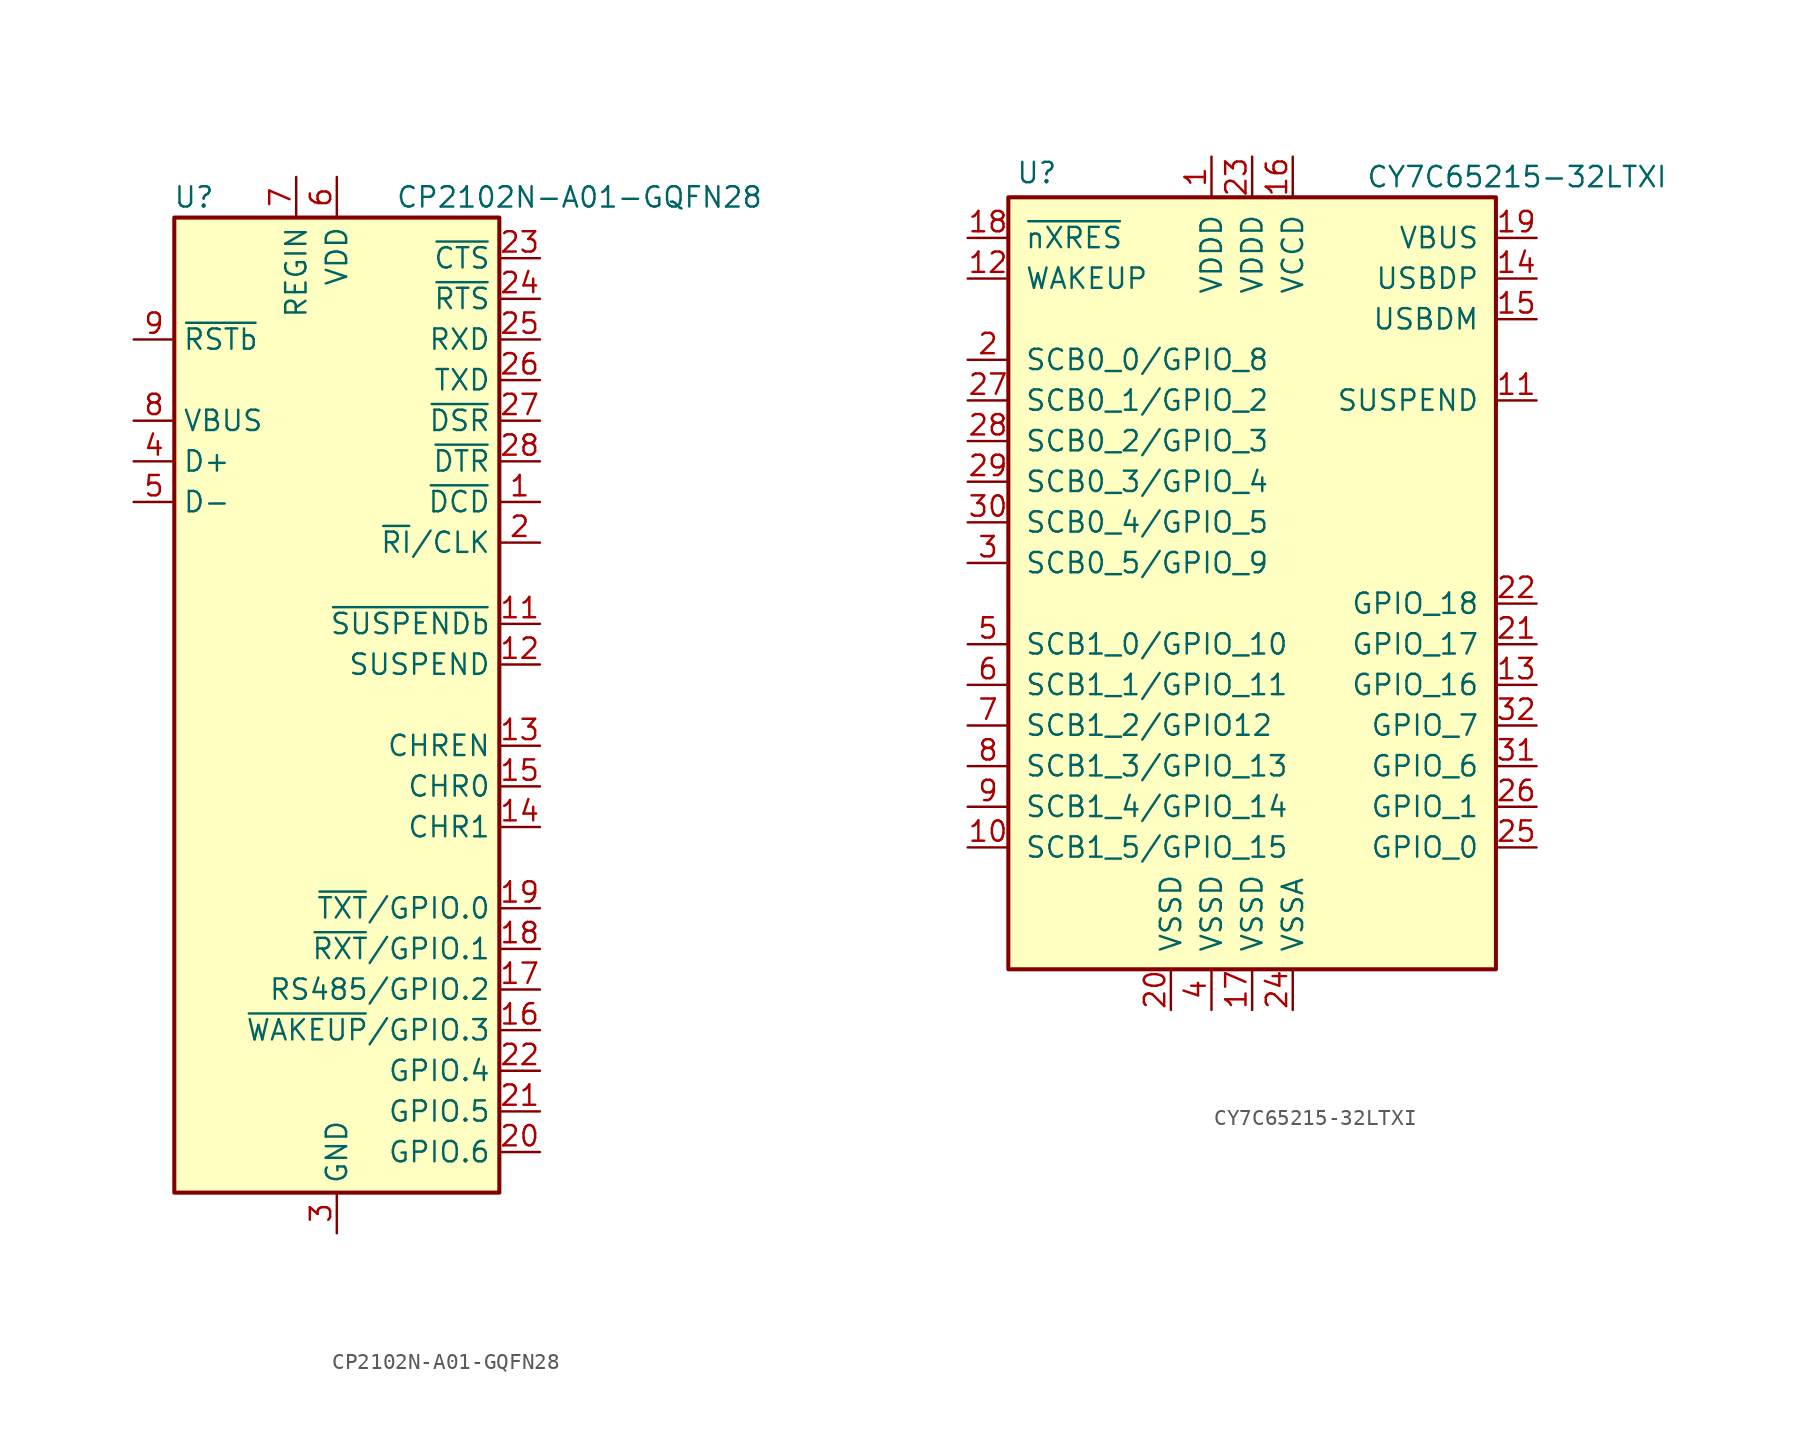
<source format=kicad_sym>
(kicad_symbol_lib
  (version 20211014)
  (generator kicad_symbol_editor)
  (symbol "CP2102N-A01-GQFN28"
    (property "Reference" "U"
      (at -7.62 31.75 0)
      (effects (font (size 1.27 1.27)) (justify right)))
    (property "Value" "CP2102N-A01-GQFN28"
      (at 26.67 31.75 0)
      (effects (font (size 1.27 1.27)) (justify right)))
    (symbol "CP2102N-A01-GQFN28_0_1"
      (rectangle (start -10.16 30.48) (end 10.16 -30.48) (stroke (width 0.254) (type default) (color 0 0 0 0)) (fill (type background))))
    (symbol "CP2102N-A01-GQFN28_1_1"
      (pin input line (at 12.7 12.7 180) (length 2.54) (name "~{DCD}" (effects (font (size 1.27 1.27)))) (number "1" (effects (font (size 1.27 1.27)))))
      (pin no_connect line (at -10.16 -10.16 0) (length 2.54) hide (name "NC" (effects (font (size 1.27 1.27)))) (number "10" (effects (font (size 1.27 1.27)))))
      (pin output line (at 12.7 5.08 180) (length 2.54) (name "~{SUSPENDb}" (effects (font (size 1.27 1.27)))) (number "11" (effects (font (size 1.27 1.27)))))
      (pin output line (at 12.7 2.54 180) (length 2.54) (name "SUSPEND" (effects (font (size 1.27 1.27)))) (number "12" (effects (font (size 1.27 1.27)))))
      (pin output line (at 12.7 -2.54 180) (length 2.54) (name "CHREN" (effects (font (size 1.27 1.27)))) (number "13" (effects (font (size 1.27 1.27)))))
      (pin output line (at 12.7 -7.62 180) (length 2.54) (name "CHR1" (effects (font (size 1.27 1.27)))) (number "14" (effects (font (size 1.27 1.27)))))
      (pin output line (at 12.7 -5.08 180) (length 2.54) (name "CHR0" (effects (font (size 1.27 1.27)))) (number "15" (effects (font (size 1.27 1.27)))))
      (pin bidirectional line (at 12.7 -20.32 180) (length 2.54) (name "~{WAKEUP}/GPIO.3" (effects (font (size 1.27 1.27)))) (number "16" (effects (font (size 1.27 1.27)))))
      (pin bidirectional line (at 12.7 -17.78 180) (length 2.54) (name "RS485/GPIO.2" (effects (font (size 1.27 1.27)))) (number "17" (effects (font (size 1.27 1.27)))))
      (pin bidirectional line (at 12.7 -15.24 180) (length 2.54) (name "~{RXT}/GPIO.1" (effects (font (size 1.27 1.27)))) (number "18" (effects (font (size 1.27 1.27)))))
      (pin bidirectional line (at 12.7 -12.7 180) (length 2.54) (name "~{TXT}/GPIO.0" (effects (font (size 1.27 1.27)))) (number "19" (effects (font (size 1.27 1.27)))))
      (pin bidirectional line (at 12.7 10.16 180) (length 2.54) (name "~{RI}/CLK" (effects (font (size 1.27 1.27)))) (number "2" (effects (font (size 1.27 1.27)))))
      (pin bidirectional line (at 12.7 -27.94 180) (length 2.54) (name "GPIO.6" (effects (font (size 1.27 1.27)))) (number "20" (effects (font (size 1.27 1.27)))))
      (pin bidirectional line (at 12.7 -25.4 180) (length 2.54) (name "GPIO.5" (effects (font (size 1.27 1.27)))) (number "21" (effects (font (size 1.27 1.27)))))
      (pin bidirectional line (at 12.7 -22.86 180) (length 2.54) (name "GPIO.4" (effects (font (size 1.27 1.27)))) (number "22" (effects (font (size 1.27 1.27)))))
      (pin input line (at 12.7 27.94 180) (length 2.54) (name "~{CTS}" (effects (font (size 1.27 1.27)))) (number "23" (effects (font (size 1.27 1.27)))))
      (pin output line (at 12.7 25.4 180) (length 2.54) (name "~{RTS}" (effects (font (size 1.27 1.27)))) (number "24" (effects (font (size 1.27 1.27)))))
      (pin input line (at 12.7 22.86 180) (length 2.54) (name "RXD" (effects (font (size 1.27 1.27)))) (number "25" (effects (font (size 1.27 1.27)))))
      (pin output line (at 12.7 20.32 180) (length 2.54) (name "TXD" (effects (font (size 1.27 1.27)))) (number "26" (effects (font (size 1.27 1.27)))))
      (pin input line (at 12.7 17.78 180) (length 2.54) (name "~{DSR}" (effects (font (size 1.27 1.27)))) (number "27" (effects (font (size 1.27 1.27)))))
      (pin output line (at 12.7 15.24 180) (length 2.54) (name "~{DTR}" (effects (font (size 1.27 1.27)))) (number "28" (effects (font (size 1.27 1.27)))))
      (pin passive line (at 0 -33.02 90) (length 2.54) hide (name "GND" (effects (font (size 1.27 1.27)))) (number "29" (effects (font (size 1.27 1.27)))))
      (pin power_in line (at 0 -33.02 90) (length 2.54) (name "GND" (effects (font (size 1.27 1.27)))) (number "3" (effects (font (size 1.27 1.27)))))
      (pin bidirectional line (at -12.7 15.24 0) (length 2.54) (name "D+" (effects (font (size 1.27 1.27)))) (number "4" (effects (font (size 1.27 1.27)))))
      (pin bidirectional line (at -12.7 12.7 0) (length 2.54) (name "D-" (effects (font (size 1.27 1.27)))) (number "5" (effects (font (size 1.27 1.27)))))
      (pin passive line (at 0 33.02 270) (length 2.54) (name "VDD" (effects (font (size 1.27 1.27)))) (number "6" (effects (font (size 1.27 1.27)))))
      (pin power_in line (at -2.54 33.02 270) (length 2.54) (name "REGIN" (effects (font (size 1.27 1.27)))) (number "7" (effects (font (size 1.27 1.27)))))
      (pin input line (at -12.7 17.78 0) (length 2.54) (name "VBUS" (effects (font (size 1.27 1.27)))) (number "8" (effects (font (size 1.27 1.27)))))
      (pin input line (at -12.7 22.86 0) (length 2.54) (name "~{RSTb}" (effects (font (size 1.27 1.27)))) (number "9" (effects (font (size 1.27 1.27)))))))
  (symbol "CY7C65215-32LTXI"
    (pin_names
      (offset 1.016))
    (property "Reference" "U"
      (at -13.462 21.844 0)
      (effects (font (size 1.27 1.27))))
    (property "Value" "CY7C65215-32LTXI"
      (at 7.112 21.59 0)
      (effects (font (size 1.27 1.27)) (justify left)))
    (symbol "CY7C65215-32LTXI_0_1"
      (rectangle (start -15.24 20.32) (end 15.24 -27.94) (stroke (width 0.254) (type default) (color 0 0 0 0)) (fill (type background))))
    (symbol "CY7C65215-32LTXI_1_1"
      (pin power_in line (at -2.54 22.86 270) (length 2.54) (name "VDDD" (effects (font (size 1.27 1.27)))) (number "1" (effects (font (size 1.27 1.27)))))
      (pin bidirectional line (at -17.78 -20.32 0) (length 2.54) (name "SCB1_5/GPIO_15" (effects (font (size 1.27 1.27)))) (number "10" (effects (font (size 1.27 1.27)))))
      (pin output line (at 17.78 7.62 180) (length 2.54) (name "SUSPEND" (effects (font (size 1.27 1.27)))) (number "11" (effects (font (size 1.27 1.27)))))
      (pin input line (at -17.78 15.24 0) (length 2.54) (name "WAKEUP" (effects (font (size 1.27 1.27)))) (number "12" (effects (font (size 1.27 1.27)))))
      (pin tri_state line (at 17.78 -10.16 180) (length 2.54) (name "GPIO_16" (effects (font (size 1.27 1.27)))) (number "13" (effects (font (size 1.27 1.27)))))
      (pin bidirectional line (at 17.78 15.24 180) (length 2.54) (name "USBDP" (effects (font (size 1.27 1.27)))) (number "14" (effects (font (size 1.27 1.27)))))
      (pin bidirectional line (at 17.78 12.7 180) (length 2.54) (name "USBDM" (effects (font (size 1.27 1.27)))) (number "15" (effects (font (size 1.27 1.27)))))
      (pin power_in line (at 2.54 22.86 270) (length 2.54) (name "VCCD" (effects (font (size 1.27 1.27)))) (number "16" (effects (font (size 1.27 1.27)))))
      (pin power_in line (at 0 -30.48 90) (length 2.54) (name "VSSD" (effects (font (size 1.27 1.27)))) (number "17" (effects (font (size 1.27 1.27)))))
      (pin input line (at -17.78 17.78 0) (length 2.54) (name "~{nXRES}" (effects (font (size 1.27 1.27)))) (number "18" (effects (font (size 1.27 1.27)))))
      (pin power_out line (at 17.78 17.78 180) (length 2.54) (name "VBUS" (effects (font (size 1.27 1.27)))) (number "19" (effects (font (size 1.27 1.27)))))
      (pin bidirectional line (at -17.78 10.16 0) (length 2.54) (name "SCB0_0/GPIO_8" (effects (font (size 1.27 1.27)))) (number "2" (effects (font (size 1.27 1.27)))))
      (pin power_in line (at -5.08 -30.48 90) (length 2.54) (name "VSSD" (effects (font (size 1.27 1.27)))) (number "20" (effects (font (size 1.27 1.27)))))
      (pin tri_state line (at 17.78 -7.62 180) (length 2.54) (name "GPIO_17" (effects (font (size 1.27 1.27)))) (number "21" (effects (font (size 1.27 1.27)))))
      (pin tri_state line (at 17.78 -5.08 180) (length 2.54) (name "GPIO_18" (effects (font (size 1.27 1.27)))) (number "22" (effects (font (size 1.27 1.27)))))
      (pin power_in line (at 0 22.86 270) (length 2.54) (name "VDDD" (effects (font (size 1.27 1.27)))) (number "23" (effects (font (size 1.27 1.27)))))
      (pin power_in line (at 2.54 -30.48 90) (length 2.54) (name "VSSA" (effects (font (size 1.27 1.27)))) (number "24" (effects (font (size 1.27 1.27)))))
      (pin bidirectional line (at 17.78 -20.32 180) (length 2.54) (name "GPIO_0" (effects (font (size 1.27 1.27)))) (number "25" (effects (font (size 1.27 1.27)))))
      (pin bidirectional line (at 17.78 -17.78 180) (length 2.54) (name "GPIO_1" (effects (font (size 1.27 1.27)))) (number "26" (effects (font (size 1.27 1.27)))))
      (pin bidirectional line (at -17.78 7.62 0) (length 2.54) (name "SCB0_1/GPIO_2" (effects (font (size 1.27 1.27)))) (number "27" (effects (font (size 1.27 1.27)))))
      (pin bidirectional line (at -17.78 5.08 0) (length 2.54) (name "SCB0_2/GPIO_3" (effects (font (size 1.27 1.27)))) (number "28" (effects (font (size 1.27 1.27)))))
      (pin bidirectional line (at -17.78 2.54 0) (length 2.54) (name "SCB0_3/GPIO_4" (effects (font (size 1.27 1.27)))) (number "29" (effects (font (size 1.27 1.27)))))
      (pin bidirectional line (at -17.78 -2.54 0) (length 2.54) (name "SCB0_5/GPIO_9" (effects (font (size 1.27 1.27)))) (number "3" (effects (font (size 1.27 1.27)))))
      (pin bidirectional line (at -17.78 0 0) (length 2.54) (name "SCB0_4/GPIO_5" (effects (font (size 1.27 1.27)))) (number "30" (effects (font (size 1.27 1.27)))))
      (pin bidirectional line (at 17.78 -15.24 180) (length 2.54) (name "GPIO_6" (effects (font (size 1.27 1.27)))) (number "31" (effects (font (size 1.27 1.27)))))
      (pin bidirectional line (at 17.78 -12.7 180) (length 2.54) (name "GPIO_7" (effects (font (size 1.27 1.27)))) (number "32" (effects (font (size 1.27 1.27)))))
      (pin no_connect line (at -15.24 -25.4 0) (length 2.54) hide (name "1EP" (effects (font (size 1.27 1.27)))) (number "33" (effects (font (size 1.27 1.27)))))
      (pin power_in line (at -2.54 -30.48 90) (length 2.54) (name "VSSD" (effects (font (size 1.27 1.27)))) (number "4" (effects (font (size 1.27 1.27)))))
      (pin bidirectional line (at -17.78 -7.62 0) (length 2.54) (name "SCB1_0/GPIO_10" (effects (font (size 1.27 1.27)))) (number "5" (effects (font (size 1.27 1.27)))))
      (pin bidirectional line (at -17.78 -10.16 0) (length 2.54) (name "SCB1_1/GPIO_11" (effects (font (size 1.27 1.27)))) (number "6" (effects (font (size 1.27 1.27)))))
      (pin bidirectional line (at -17.78 -12.7 0) (length 2.54) (name "SCB1_2/GPIO12" (effects (font (size 1.27 1.27)))) (number "7" (effects (font (size 1.27 1.27)))))
      (pin bidirectional line (at -17.78 -15.24 0) (length 2.54) (name "SCB1_3/GPIO_13" (effects (font (size 1.27 1.27)))) (number "8" (effects (font (size 1.27 1.27)))))
      (pin bidirectional line (at -17.78 -17.78 0) (length 2.54) (name "SCB1_4/GPIO_14" (effects (font (size 1.27 1.27)))) (number "9" (effects (font (size 1.27 1.27))))))))
</source>
